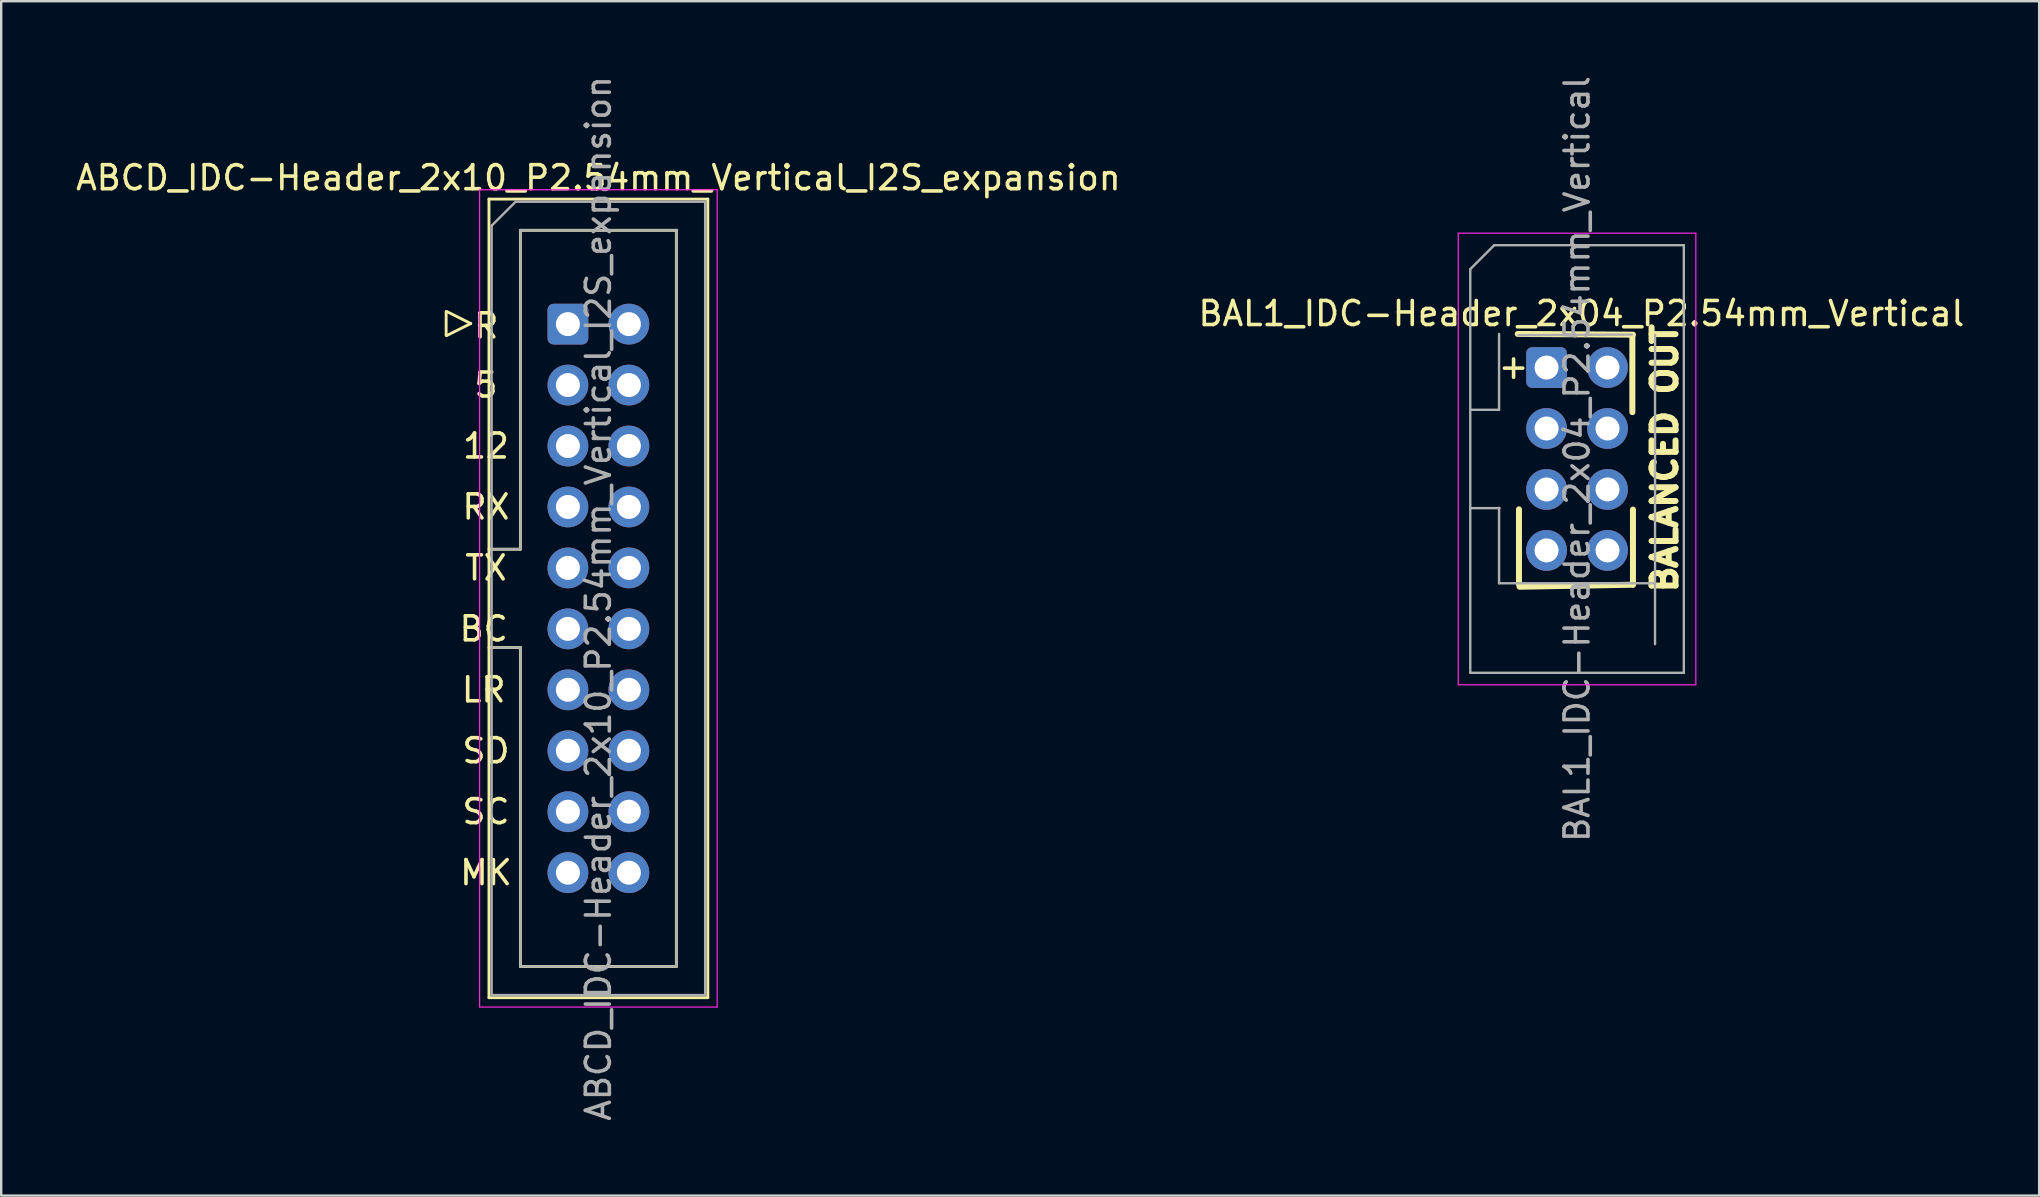
<source format=kicad_pcb>
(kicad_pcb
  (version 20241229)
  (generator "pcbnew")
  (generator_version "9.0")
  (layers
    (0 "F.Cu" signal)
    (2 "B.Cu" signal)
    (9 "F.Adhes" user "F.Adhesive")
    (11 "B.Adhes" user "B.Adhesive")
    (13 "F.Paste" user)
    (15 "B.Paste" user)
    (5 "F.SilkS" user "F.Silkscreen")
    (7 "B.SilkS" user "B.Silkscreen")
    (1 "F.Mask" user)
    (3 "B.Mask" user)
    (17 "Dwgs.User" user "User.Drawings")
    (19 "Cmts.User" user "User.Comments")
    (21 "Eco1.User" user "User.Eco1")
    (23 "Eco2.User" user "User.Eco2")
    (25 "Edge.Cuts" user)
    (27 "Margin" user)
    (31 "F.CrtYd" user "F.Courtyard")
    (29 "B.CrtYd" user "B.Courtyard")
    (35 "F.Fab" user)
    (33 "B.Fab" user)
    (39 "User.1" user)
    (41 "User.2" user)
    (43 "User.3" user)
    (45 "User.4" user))
  (footprint "BAL1_IDC-Header_2x04_P2.54mm_Vertical"
    (layer "F.Cu")
    (at 61.401 12.267)
    (property "Reference" "BAL1_IDC-Header_2x04_P2.54mm_Vertical" (at 1.45 -2.25 0) (layer "F.SilkS") (effects (font (size 1 1) (thickness 0.15))))
    (property "Label" "BALANCED OUT" (at 0 0 0) (layer "F.Fab") (hide yes) (effects (font (size 1.27 1.27) (thickness 0.15))))
    (attr through_hole)
    (fp_line (start -1.98 5.86) (end -1.98 5.86) (stroke (width 0.12) (type solid)) (layer "F.SilkS"))
    (fp_line (start -1.2 -1.4) (end 3.6 -1.37) (stroke (width 0.25) (type solid)) (layer "F.SilkS"))
    (fp_line (start -1.15 9.04) (end -1.15 5.91) (stroke (width 0.25) (type solid)) (layer "F.SilkS"))
    (fp_line (start 3.575 1.86) (end 3.575 -1.3) (stroke (width 0.25) (type solid)) (layer "F.SilkS"))
    (fp_line (start 3.6 9.05) (end -1.125 9.135) (stroke (width 0.25) (type solid)) (layer "F.SilkS"))
    (fp_line (start 3.6 9.05) (end 3.6 5.92) (stroke (width 0.25) (type solid)) (layer "F.SilkS"))
    (fp_line (start -3.68 -5.6) (end -3.68 13.22) (stroke (width 0.05) (type solid)) (layer "F.CrtYd"))
    (fp_line (start -3.68 13.22) (end 6.22 13.22) (stroke (width 0.05) (type solid)) (layer "F.CrtYd"))
    (fp_line (start 6.22 -5.6) (end -3.68 -5.6) (stroke (width 0.05) (type solid)) (layer "F.CrtYd"))
    (fp_line (start 6.22 13.22) (end 6.22 -5.6) (stroke (width 0.05) (type solid)) (layer "F.CrtYd"))
    (fp_line (start -3.18 -4.1) (end -2.18 -5.1) (stroke (width 0.1) (type solid)) (layer "F.Fab"))
    (fp_line (start -3.18 1.76) (end -1.98 1.76) (stroke (width 0.1) (type solid)) (layer "F.Fab"))
    (fp_line (start -3.18 12.72) (end -3.18 -4.1) (stroke (width 0.1) (type solid)) (layer "F.Fab"))
    (fp_line (start -2.18 -5.1) (end 5.72 -5.1) (stroke (width 0.1) (type solid)) (layer "F.Fab"))
    (fp_line (start -1.98 1.76) (end -1.98 -1.4) (stroke (width 0.1) (type solid)) (layer "F.Fab"))
    (fp_line (start -1.98 5.86) (end -3.18 5.86) (stroke (width 0.1) (type solid)) (layer "F.Fab"))
    (fp_line (start -1.98 5.86) (end -1.98 5.86) (stroke (width 0.1) (type solid)) (layer "F.Fab"))
    (fp_line (start -1.98 8.99) (end -1.98 5.86) (stroke (width 0.1) (type solid)) (layer "F.Fab"))
    (fp_line (start -1.175 -1.35) (end 3.55 -1.375) (stroke (width 0.1) (type solid)) (layer "F.Fab"))
    (fp_line (start 4.52 -1.37) (end 4.52 11.53) (stroke (width 0.1) (type solid)) (layer "F.Fab"))
    (fp_line (start 4.52 8.99) (end -1.98 8.99) (stroke (width 0.1) (type solid)) (layer "F.Fab"))
    (fp_line (start 5.72 -5.1) (end 5.72 12.72) (stroke (width 0.1) (type solid)) (layer "F.Fab"))
    (fp_line (start 5.72 12.72) (end -3.18 12.72) (stroke (width 0.1) (type solid)) (layer "F.Fab"))
    (fp_text user "${Label}" (at 4.925 3.775 90) (layer "F.SilkS") (effects (font (size 1 1) (thickness 0.25))))
    (fp_text user "+" (at -1.375 -0.05 0) (unlocked yes) (layer "F.SilkS") (effects (font (size 1 1) (thickness 0.15))))
    (fp_text user "${REFERENCE}" (at 1.27 3.81 90) (layer "F.Fab") (effects (font (size 1 1) (thickness 0.15))))
    (pad "1" thru_hole roundrect (at 0 0) (size 1.7 1.7) (drill 1) (layers "*.Cu" "*.Mask") (roundrect_rratio 0.147))
    (pad "2" thru_hole circle (at 2.54 0) (size 1.7 1.7) (drill 1) (layers "*.Cu" "*.Mask"))
    (pad "3" thru_hole circle (at 0 2.54) (size 1.7 1.7) (drill 1) (layers "*.Cu" "*.Mask"))
    (pad "4" thru_hole circle (at 2.54 2.54) (size 1.7 1.7) (drill 1) (layers "*.Cu" "*.Mask"))
    (pad "5" thru_hole circle (at 0 5.08) (size 1.7 1.7) (drill 1) (layers "*.Cu" "*.Mask"))
    (pad "6" thru_hole circle (at 2.54 5.08) (size 1.7 1.7) (drill 1) (layers "*.Cu" "*.Mask"))
    (pad "7" thru_hole circle (at 0 7.62) (size 1.7 1.7) (drill 1) (layers "*.Cu" "*.Mask"))
    (pad "8" thru_hole circle (at 2.54 7.62) (size 1.7 1.7) (drill 1) (layers "*.Cu" "*.Mask")))
  (footprint "ABCD_IDC-Header_2x10_P2.54mm_Vertical_I2S_expansion"
    (layer "F.Cu")
    (at 20.617 10.457)
    (property "Reference" "ABCD_IDC-Header_2x10_P2.54mm_Vertical_I2S_expansion" (at 1.27 -6.1 0) (layer "F.SilkS") (effects (font (size 1 1) (thickness 0.15))))
    (attr through_hole)
    (fp_line (start -5.075 -0.525) (end -5.075 0.475) (stroke (width 0.12) (type solid)) (layer "F.SilkS"))
    (fp_line (start -5.05 0.475) (end -4.05 -0.025) (stroke (width 0.12) (type solid)) (layer "F.SilkS"))
    (fp_line (start -4.05 -0.025) (end -5.05 -0.525) (stroke (width 0.12) (type solid)) (layer "F.SilkS"))
    (fp_line (start -3.29 -5.21) (end 5.83 -5.21) (stroke (width 0.12) (type solid)) (layer "F.SilkS"))
    (fp_line (start -3.29 9.38) (end -1.98 9.38) (stroke (width 0.12) (type solid)) (layer "F.SilkS"))
    (fp_line (start -3.29 28.07) (end -3.29 -5.21) (stroke (width 0.12) (type solid)) (layer "F.SilkS"))
    (fp_line (start -1.98 -3.91) (end 4.52 -3.91) (stroke (width 0.12) (type solid)) (layer "F.SilkS"))
    (fp_line (start -1.98 9.38) (end -1.98 -3.91) (stroke (width 0.12) (type solid)) (layer "F.SilkS"))
    (fp_line (start -1.98 13.48) (end -3.29 13.48) (stroke (width 0.12) (type solid)) (layer "F.SilkS"))
    (fp_line (start -1.98 13.48) (end -1.98 13.48) (stroke (width 0.12) (type solid)) (layer "F.SilkS"))
    (fp_line (start -1.98 26.77) (end -1.98 13.48) (stroke (width 0.12) (type solid)) (layer "F.SilkS"))
    (fp_line (start 4.52 -3.91) (end 4.52 26.77) (stroke (width 0.12) (type solid)) (layer "F.SilkS"))
    (fp_line (start 4.52 26.77) (end -1.98 26.77) (stroke (width 0.12) (type solid)) (layer "F.SilkS"))
    (fp_line (start 5.83 -5.21) (end 5.83 28.07) (stroke (width 0.12) (type solid)) (layer "F.SilkS"))
    (fp_line (start 5.83 28.07) (end -3.29 28.07) (stroke (width 0.12) (type solid)) (layer "F.SilkS"))
    (fp_line (start -3.68 -5.6) (end -3.68 28.46) (stroke (width 0.05) (type solid)) (layer "F.CrtYd"))
    (fp_line (start -3.68 28.46) (end 6.22 28.46) (stroke (width 0.05) (type solid)) (layer "F.CrtYd"))
    (fp_line (start 6.22 -5.6) (end -3.68 -5.6) (stroke (width 0.05) (type solid)) (layer "F.CrtYd"))
    (fp_line (start 6.22 28.46) (end 6.22 -5.6) (stroke (width 0.05) (type solid)) (layer "F.CrtYd"))
    (fp_line (start -3.18 -4.1) (end -2.18 -5.1) (stroke (width 0.1) (type solid)) (layer "F.Fab"))
    (fp_line (start -3.18 9.38) (end -1.98 9.38) (stroke (width 0.1) (type solid)) (layer "F.Fab"))
    (fp_line (start -3.18 27.96) (end -3.18 -4.1) (stroke (width 0.1) (type solid)) (layer "F.Fab"))
    (fp_line (start -2.18 -5.1) (end 5.72 -5.1) (stroke (width 0.1) (type solid)) (layer "F.Fab"))
    (fp_line (start -1.98 -3.91) (end 4.52 -3.91) (stroke (width 0.1) (type solid)) (layer "F.Fab"))
    (fp_line (start -1.98 9.38) (end -1.98 -3.91) (stroke (width 0.1) (type solid)) (layer "F.Fab"))
    (fp_line (start -1.98 13.48) (end -3.18 13.48) (stroke (width 0.1) (type solid)) (layer "F.Fab"))
    (fp_line (start -1.98 13.48) (end -1.98 13.48) (stroke (width 0.1) (type solid)) (layer "F.Fab"))
    (fp_line (start -1.98 26.77) (end -1.98 13.48) (stroke (width 0.1) (type solid)) (layer "F.Fab"))
    (fp_line (start 4.52 -3.91) (end 4.52 26.77) (stroke (width 0.1) (type solid)) (layer "F.Fab"))
    (fp_line (start 4.52 26.77) (end -1.98 26.77) (stroke (width 0.1) (type solid)) (layer "F.Fab"))
    (fp_line (start 5.72 -5.1) (end 5.72 27.96) (stroke (width 0.1) (type solid)) (layer "F.Fab"))
    (fp_line (start 5.72 27.96) (end -3.18 27.96) (stroke (width 0.1) (type solid)) (layer "F.Fab"))
    (fp_text user "LR" (at -3.51 15.24 0) (unlocked yes) (layer "F.SilkS") (effects (font (size 1 1) (thickness 0.15))))
    (fp_text user "SD" (at -3.415 17.78 0) (unlocked yes) (layer "F.SilkS") (effects (font (size 1 1) (thickness 0.15))))
    (fp_text user "R" (at -3.4 0.075 0) (unlocked yes) (layer "F.SilkS") (effects (font (size 1 1) (thickness 0.15))))
    (fp_text user "MK" (at -3.415 22.86 0) (unlocked yes) (layer "F.SilkS") (effects (font (size 1 1) (thickness 0.15))))
    (fp_text user "SC" (at -3.415 20.32 0) (unlocked yes) (layer "F.SilkS") (effects (font (size 1 1) (thickness 0.15))))
    (fp_text user "BC" (at -3.51 12.7 0) (unlocked yes) (layer "F.SilkS") (effects (font (size 1 1) (thickness 0.15))))
    (fp_text user "5" (at -3.415 2.54 0) (unlocked yes) (layer "F.SilkS") (effects (font (size 1 1) (thickness 0.15))))
    (fp_text user "12" (at -3.415 5.08 0) (unlocked yes) (layer "F.SilkS") (effects (font (size 1 1) (thickness 0.15))))
    (fp_text user "RX" (at -3.415 7.62 0) (unlocked yes) (layer "F.SilkS") (effects (font (size 1 1) (thickness 0.15))))
    (fp_text user "TX" (at -3.415 10.16 0) (unlocked yes) (layer "F.SilkS") (effects (font (size 1 1) (thickness 0.15))))
    (fp_text user "${REFERENCE}" (at 1.27 11.43 90) (layer "F.Fab") (effects (font (size 1 1) (thickness 0.15))))
    (pad "1" thru_hole roundrect (at 0 0) (size 1.7 1.7) (drill 1) (layers "*.Cu" "*.Mask") (roundrect_rratio 0.147))
    (pad "2" thru_hole circle (at 2.54 0) (size 1.7 1.7) (drill 1) (layers "*.Cu" "*.Mask"))
    (pad "3" thru_hole circle (at 0 2.54) (size 1.7 1.7) (drill 1) (layers "*.Cu" "*.Mask"))
    (pad "4" thru_hole circle (at 2.54 2.54) (size 1.7 1.7) (drill 1) (layers "*.Cu" "*.Mask"))
    (pad "5" thru_hole circle (at 0 5.08) (size 1.7 1.7) (drill 1) (layers "*.Cu" "*.Mask"))
    (pad "6" thru_hole circle (at 2.54 5.08) (size 1.7 1.7) (drill 1) (layers "*.Cu" "*.Mask"))
    (pad "7" thru_hole circle (at 0 7.62) (size 1.7 1.7) (drill 1) (layers "*.Cu" "*.Mask"))
    (pad "8" thru_hole circle (at 2.54 7.62) (size 1.7 1.7) (drill 1) (layers "*.Cu" "*.Mask"))
    (pad "9" thru_hole circle (at 0 10.16) (size 1.7 1.7) (drill 1) (layers "*.Cu" "*.Mask"))
    (pad "10" thru_hole circle (at 2.54 10.16) (size 1.7 1.7) (drill 1) (layers "*.Cu" "*.Mask"))
    (pad "11" thru_hole circle (at 0 12.7) (size 1.7 1.7) (drill 1) (layers "*.Cu" "*.Mask"))
    (pad "12" thru_hole circle (at 2.54 12.7) (size 1.7 1.7) (drill 1) (layers "*.Cu" "*.Mask"))
    (pad "13" thru_hole circle (at 0 15.24) (size 1.7 1.7) (drill 1) (layers "*.Cu" "*.Mask"))
    (pad "14" thru_hole circle (at 2.54 15.24) (size 1.7 1.7) (drill 1) (layers "*.Cu" "*.Mask"))
    (pad "15" thru_hole circle (at 0 17.78) (size 1.7 1.7) (drill 1) (layers "*.Cu" "*.Mask"))
    (pad "16" thru_hole circle (at 2.54 17.78) (size 1.7 1.7) (drill 1) (layers "*.Cu" "*.Mask"))
    (pad "17" thru_hole circle (at 0 20.32) (size 1.7 1.7) (drill 1) (layers "*.Cu" "*.Mask"))
    (pad "18" thru_hole circle (at 2.54 20.32) (size 1.7 1.7) (drill 1) (layers "*.Cu" "*.Mask"))
    (pad "19" thru_hole circle (at 0 22.86) (size 1.7 1.7) (drill 1) (layers "*.Cu" "*.Mask"))
    (pad "20" thru_hole circle (at 2.54 22.86) (size 1.7 1.7) (drill 1) (layers "*.Cu" "*.Mask")))
  (gr_rect
    (start -3 -3)
    (end 81.929 46.774)
    (stroke (width 0.1) (type default))
    (fill no)
    (layer "Edge.Cuts")))
</source>
